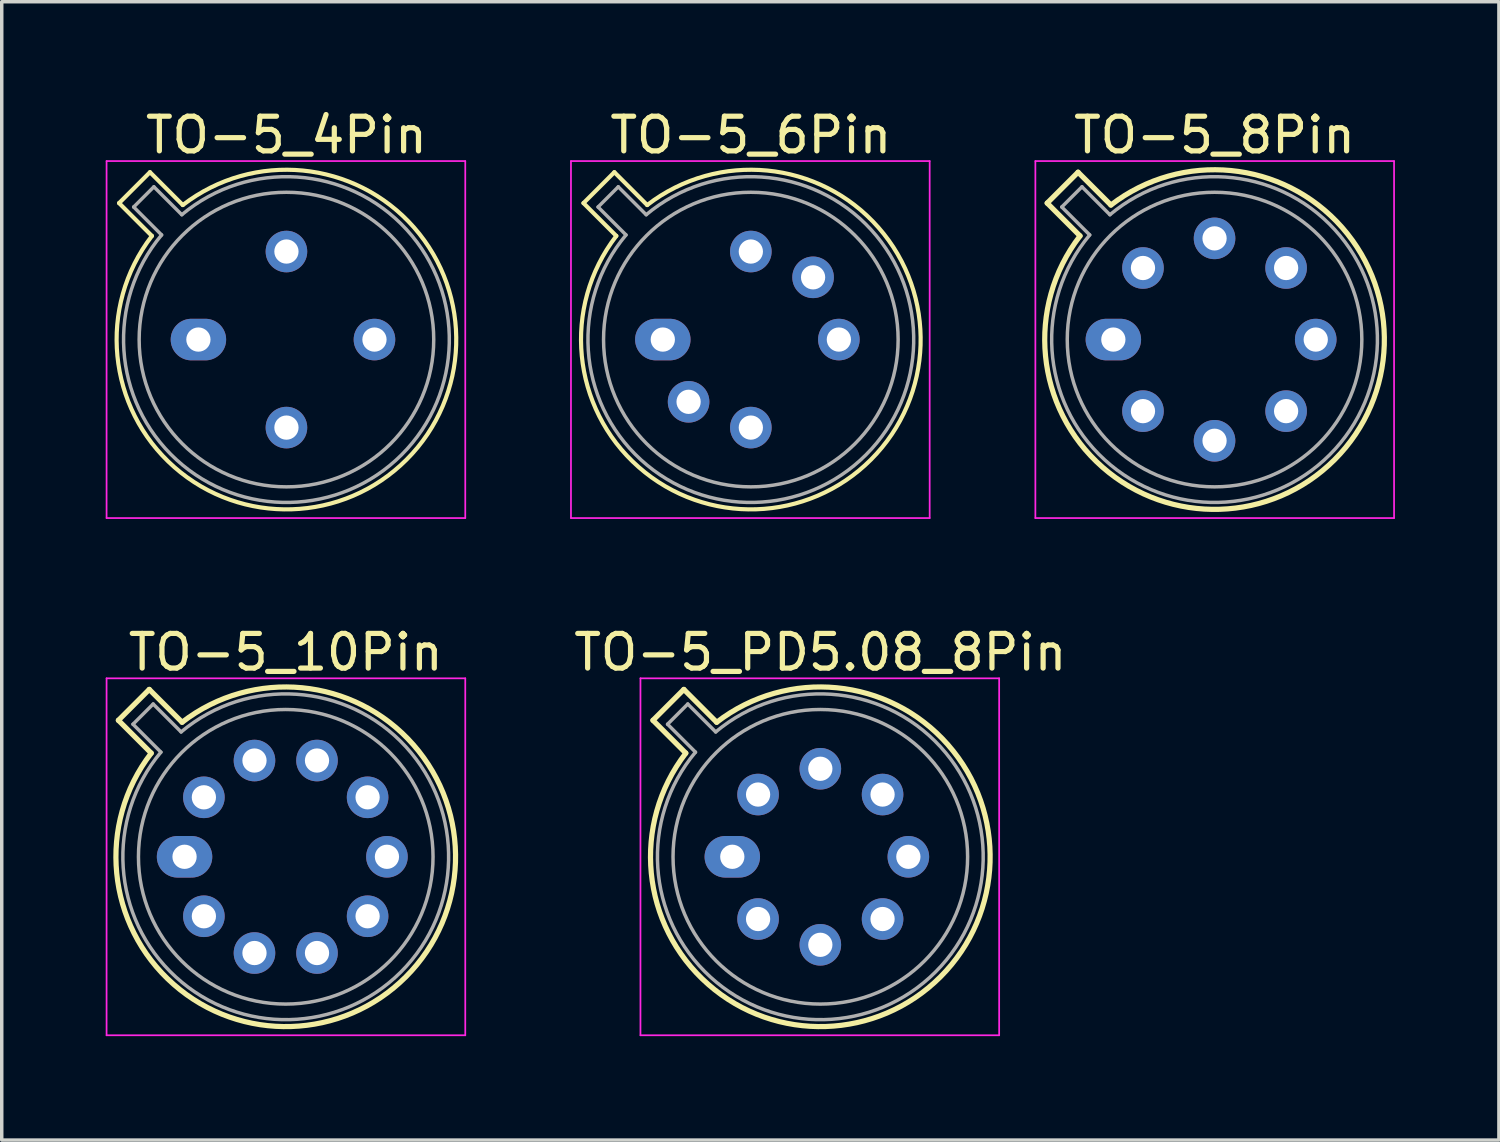
<source format=kicad_pcb>
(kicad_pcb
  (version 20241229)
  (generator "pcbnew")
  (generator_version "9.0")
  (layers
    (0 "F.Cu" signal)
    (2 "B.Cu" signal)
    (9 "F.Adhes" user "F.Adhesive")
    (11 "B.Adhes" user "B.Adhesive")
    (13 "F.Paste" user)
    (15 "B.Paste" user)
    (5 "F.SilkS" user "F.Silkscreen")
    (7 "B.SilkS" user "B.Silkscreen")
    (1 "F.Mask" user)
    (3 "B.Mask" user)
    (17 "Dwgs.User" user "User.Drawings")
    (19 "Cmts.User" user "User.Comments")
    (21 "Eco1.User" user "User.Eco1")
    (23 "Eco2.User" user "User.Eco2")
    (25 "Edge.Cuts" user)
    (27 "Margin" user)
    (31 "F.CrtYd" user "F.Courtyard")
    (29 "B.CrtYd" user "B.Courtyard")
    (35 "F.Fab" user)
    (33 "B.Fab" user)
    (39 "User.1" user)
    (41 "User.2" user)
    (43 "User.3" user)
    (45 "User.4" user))
  (footprint "TO-5_8Pin"
    (layer "F.Cu")
    (at 29.075 6.748)
    (property "Reference" "TO-5_8Pin" (at 2.92 -5.9 0) (layer "F.SilkS") (effects (font (size 1 1) (thickness 0.15))))
    (attr through_hole)
    (fp_line (start -1.909 -3.938) (end -0.962 -2.991) (stroke (width 0.15) (type solid)) (layer "F.SilkS"))
    (fp_line (start -1.018 -4.829) (end -1.909 -3.938) (stroke (width 0.15) (type solid)) (layer "F.SilkS"))
    (fp_line (start -0.071 -3.882) (end -1.018 -4.829) (stroke (width 0.15) (type solid)) (layer "F.SilkS"))
    (fp_arc (start -0.070589 -3.881543) (mid 6.384823 3.464823) (end -0.961543 -2.990588) (stroke (width 0.15) (type solid)) (layer "F.SilkS"))
    (fp_line (start -2.25 -5.15) (end -2.25 5.15) (stroke (width 0.05) (type solid)) (layer "F.CrtYd"))
    (fp_line (start -2.25 5.15) (end 8.1 5.15) (stroke (width 0.05) (type solid)) (layer "F.CrtYd"))
    (fp_line (start 8.1 -5.15) (end -2.25 -5.15) (stroke (width 0.05) (type solid)) (layer "F.CrtYd"))
    (fp_line (start 8.1 5.15) (end 8.1 -5.15) (stroke (width 0.05) (type solid)) (layer "F.CrtYd"))
    (fp_line (start -1.488 -3.825) (end -0.682 -3.019) (stroke (width 0.1) (type solid)) (layer "F.Fab"))
    (fp_line (start -0.905 -4.408) (end -1.488 -3.825) (stroke (width 0.1) (type solid)) (layer "F.Fab"))
    (fp_line (start -0.099 -3.602) (end -0.905 -4.408) (stroke (width 0.1) (type solid)) (layer "F.Fab"))
    (fp_arc (start -0.098935 -3.602226) (mid 6.243402 3.323402) (end -0.682226 -3.018935) (stroke (width 0.1) (type solid)) (layer "F.Fab"))
    (fp_circle (center 2.92 0) (end 7.17 0) (stroke (width 0.1) (type solid)) (fill no) (layer "F.Fab"))
    (pad "1" thru_hole oval (at 0 0) (size 1.6 1.2) (drill 0.7) (layers "*.Cu" "*.Mask"))
    (pad "2" thru_hole oval (at 0.855 2.065) (size 1.2 1.2) (drill 0.7) (layers "*.Cu" "*.Mask"))
    (pad "3" thru_hole oval (at 2.92 2.92) (size 1.2 1.2) (drill 0.7) (layers "*.Cu" "*.Mask"))
    (pad "4" thru_hole oval (at 4.985 2.065) (size 1.2 1.2) (drill 0.7) (layers "*.Cu" "*.Mask"))
    (pad "5" thru_hole oval (at 5.84 0) (size 1.2 1.2) (drill 0.7) (layers "*.Cu" "*.Mask"))
    (pad "6" thru_hole oval (at 4.985 -2.065) (size 1.2 1.2) (drill 0.7) (layers "*.Cu" "*.Mask"))
    (pad "7" thru_hole oval (at 2.92 -2.92) (size 1.2 1.2) (drill 0.7) (layers "*.Cu" "*.Mask"))
    (pad "8" thru_hole oval (at 0.855 -2.065) (size 1.2 1.2) (drill 0.7) (layers "*.Cu" "*.Mask")))
  (footprint "TO-5_6Pin"
    (layer "F.Cu")
    (at 16.075 6.748)
    (property "Reference" "TO-5_6Pin" (at 2.54 -5.9 0) (layer "F.SilkS") (effects (font (size 1 1) (thickness 0.15))))
    (attr through_hole)
    (fp_line (start -2.289 -3.938) (end -1.342 -2.991) (stroke (width 0.12) (type solid)) (layer "F.SilkS"))
    (fp_line (start -1.398 -4.829) (end -2.289 -3.938) (stroke (width 0.12) (type solid)) (layer "F.SilkS"))
    (fp_line (start -0.451 -3.882) (end -1.398 -4.829) (stroke (width 0.12) (type solid)) (layer "F.SilkS"))
    (fp_arc (start -0.450589 -3.881543) (mid 6.004823 3.464823) (end -1.341543 -2.990588) (stroke (width 0.12) (type solid)) (layer "F.SilkS"))
    (fp_line (start -2.65 -5.15) (end -2.65 5.15) (stroke (width 0.05) (type solid)) (layer "F.CrtYd"))
    (fp_line (start -2.65 5.15) (end 7.7 5.15) (stroke (width 0.05) (type solid)) (layer "F.CrtYd"))
    (fp_line (start 7.7 -5.15) (end -2.65 -5.15) (stroke (width 0.05) (type solid)) (layer "F.CrtYd"))
    (fp_line (start 7.7 5.15) (end 7.7 -5.15) (stroke (width 0.05) (type solid)) (layer "F.CrtYd"))
    (fp_line (start -1.868 -3.825) (end -1.062 -3.019) (stroke (width 0.1) (type solid)) (layer "F.Fab"))
    (fp_line (start -1.285 -4.408) (end -1.868 -3.825) (stroke (width 0.1) (type solid)) (layer "F.Fab"))
    (fp_line (start -0.479 -3.602) (end -1.285 -4.408) (stroke (width 0.1) (type solid)) (layer "F.Fab"))
    (fp_arc (start -0.478935 -3.602226) (mid 5.863402 3.323402) (end -1.062226 -3.018935) (stroke (width 0.1) (type solid)) (layer "F.Fab"))
    (fp_circle (center 2.54 0) (end 6.79 0) (stroke (width 0.1) (type solid)) (fill no) (layer "F.Fab"))
    (pad "1" thru_hole oval (at 0 0) (size 1.6 1.2) (drill 0.7) (layers "*.Cu" "*.Mask"))
    (pad "2" thru_hole oval (at 0.744 1.796) (size 1.2 1.2) (drill 0.7) (layers "*.Cu" "*.Mask"))
    (pad "3" thru_hole oval (at 2.54 2.54) (size 1.2 1.2) (drill 0.7) (layers "*.Cu" "*.Mask"))
    (pad "4" thru_hole oval (at 5.08 0) (size 1.2 1.2) (drill 0.7) (layers "*.Cu" "*.Mask"))
    (pad "5" thru_hole oval (at 4.336 -1.796) (size 1.2 1.2) (drill 0.7) (layers "*.Cu" "*.Mask"))
    (pad "6" thru_hole oval (at 2.54 -2.54) (size 1.2 1.2) (drill 0.7) (layers "*.Cu" "*.Mask")))
  (footprint "TO-5_4Pin"
    (layer "F.Cu")
    (at 2.675 6.748)
    (property "Reference" "TO-5_4Pin" (at 2.54 -5.9 0) (layer "F.SilkS") (effects (font (size 1 1) (thickness 0.15))))
    (attr through_hole)
    (fp_line (start -2.289 -3.938) (end -1.342 -2.991) (stroke (width 0.12) (type solid)) (layer "F.SilkS"))
    (fp_line (start -1.398 -4.829) (end -2.289 -3.938) (stroke (width 0.12) (type solid)) (layer "F.SilkS"))
    (fp_line (start -0.451 -3.882) (end -1.398 -4.829) (stroke (width 0.12) (type solid)) (layer "F.SilkS"))
    (fp_arc (start -0.450589 -3.881543) (mid 6.004823 3.464823) (end -1.341543 -2.990588) (stroke (width 0.12) (type solid)) (layer "F.SilkS"))
    (fp_line (start -2.65 -5.15) (end -2.65 5.15) (stroke (width 0.05) (type solid)) (layer "F.CrtYd"))
    (fp_line (start -2.65 5.15) (end 7.7 5.15) (stroke (width 0.05) (type solid)) (layer "F.CrtYd"))
    (fp_line (start 7.7 -5.15) (end -2.65 -5.15) (stroke (width 0.05) (type solid)) (layer "F.CrtYd"))
    (fp_line (start 7.7 5.15) (end 7.7 -5.15) (stroke (width 0.05) (type solid)) (layer "F.CrtYd"))
    (fp_line (start -1.868 -3.825) (end -1.062 -3.019) (stroke (width 0.1) (type solid)) (layer "F.Fab"))
    (fp_line (start -1.285 -4.408) (end -1.868 -3.825) (stroke (width 0.1) (type solid)) (layer "F.Fab"))
    (fp_line (start -0.479 -3.602) (end -1.285 -4.408) (stroke (width 0.1) (type solid)) (layer "F.Fab"))
    (fp_arc (start -0.478935 -3.602226) (mid 5.863402 3.323402) (end -1.062226 -3.018935) (stroke (width 0.1) (type solid)) (layer "F.Fab"))
    (fp_circle (center 2.54 0) (end 6.79 0) (stroke (width 0.1) (type solid)) (fill no) (layer "F.Fab"))
    (pad "1" thru_hole oval (at 0 0) (size 1.6 1.2) (drill 0.7) (layers "*.Cu" "*.Mask"))
    (pad "2" thru_hole oval (at 2.54 2.54) (size 1.2 1.2) (drill 0.7) (layers "*.Cu" "*.Mask"))
    (pad "3" thru_hole oval (at 5.08 0) (size 1.2 1.2) (drill 0.7) (layers "*.Cu" "*.Mask"))
    (pad "4" thru_hole oval (at 2.54 -2.54) (size 1.2 1.2) (drill 0.7) (layers "*.Cu" "*.Mask")))
  (footprint "TO-5_10Pin"
    (layer "F.Cu")
    (at 2.275 21.672)
    (property "Reference" "TO-5_10Pin" (at 2.92 -5.9 0) (layer "F.SilkS") (effects (font (size 1 1) (thickness 0.15))))
    (attr through_hole)
    (fp_line (start -1.909 -3.938) (end -0.962 -2.991) (stroke (width 0.15) (type solid)) (layer "F.SilkS"))
    (fp_line (start -1.018 -4.829) (end -1.909 -3.938) (stroke (width 0.15) (type solid)) (layer "F.SilkS"))
    (fp_line (start -0.071 -3.882) (end -1.018 -4.829) (stroke (width 0.15) (type solid)) (layer "F.SilkS"))
    (fp_arc (start -0.070589 -3.881543) (mid 6.384823 3.464823) (end -0.961543 -2.990588) (stroke (width 0.15) (type solid)) (layer "F.SilkS"))
    (fp_line (start -2.25 -5.15) (end -2.25 5.15) (stroke (width 0.05) (type solid)) (layer "F.CrtYd"))
    (fp_line (start -2.25 5.15) (end 8.1 5.15) (stroke (width 0.05) (type solid)) (layer "F.CrtYd"))
    (fp_line (start 8.1 -5.15) (end -2.25 -5.15) (stroke (width 0.05) (type solid)) (layer "F.CrtYd"))
    (fp_line (start 8.1 5.15) (end 8.1 -5.15) (stroke (width 0.05) (type solid)) (layer "F.CrtYd"))
    (fp_line (start -1.488 -3.825) (end -0.682 -3.019) (stroke (width 0.1) (type solid)) (layer "F.Fab"))
    (fp_line (start -0.905 -4.408) (end -1.488 -3.825) (stroke (width 0.1) (type solid)) (layer "F.Fab"))
    (fp_line (start -0.099 -3.602) (end -0.905 -4.408) (stroke (width 0.1) (type solid)) (layer "F.Fab"))
    (fp_arc (start -0.098935 -3.602226) (mid 6.243402 3.323402) (end -0.682226 -3.018935) (stroke (width 0.1) (type solid)) (layer "F.Fab"))
    (fp_circle (center 2.92 0) (end 7.17 0) (stroke (width 0.1) (type solid)) (fill no) (layer "F.Fab"))
    (pad "1" thru_hole oval (at 0 0) (size 1.6 1.2) (drill 0.7) (layers "*.Cu" "*.Mask"))
    (pad "2" thru_hole oval (at 0.558 1.716) (size 1.2 1.2) (drill 0.7) (layers "*.Cu" "*.Mask"))
    (pad "3" thru_hole oval (at 2.018 2.777) (size 1.2 1.2) (drill 0.7) (layers "*.Cu" "*.Mask"))
    (pad "4" thru_hole oval (at 3.822 2.777) (size 1.2 1.2) (drill 0.7) (layers "*.Cu" "*.Mask"))
    (pad "5" thru_hole oval (at 5.282 1.716) (size 1.2 1.2) (drill 0.7) (layers "*.Cu" "*.Mask"))
    (pad "6" thru_hole oval (at 5.84 0) (size 1.2 1.2) (drill 0.7) (layers "*.Cu" "*.Mask"))
    (pad "7" thru_hole oval (at 5.282 -1.716) (size 1.2 1.2) (drill 0.7) (layers "*.Cu" "*.Mask"))
    (pad "8" thru_hole oval (at 3.822 -2.777) (size 1.2 1.2) (drill 0.7) (layers "*.Cu" "*.Mask"))
    (pad "9" thru_hole oval (at 2.018 -2.777) (size 1.2 1.2) (drill 0.7) (layers "*.Cu" "*.Mask"))
    (pad "10" thru_hole oval (at 0.558 -1.716) (size 1.2 1.2) (drill 0.7) (layers "*.Cu" "*.Mask")))
  (footprint "TO-5_PD5.08_8Pin"
    (layer "F.Cu")
    (at 18.08 21.672)
    (property "Reference" "TO-5_PD5.08_8Pin" (at 2.54 -5.9 0) (layer "F.SilkS") (effects (font (size 1 1) (thickness 0.15))))
    (attr through_hole)
    (fp_line (start -2.289 -3.938) (end -1.342 -2.991) (stroke (width 0.15) (type solid)) (layer "F.SilkS"))
    (fp_line (start -1.398 -4.829) (end -2.289 -3.938) (stroke (width 0.15) (type solid)) (layer "F.SilkS"))
    (fp_line (start -0.451 -3.882) (end -1.398 -4.829) (stroke (width 0.15) (type solid)) (layer "F.SilkS"))
    (fp_arc (start -0.450589 -3.881543) (mid 6.004823 3.464823) (end -1.341543 -2.990588) (stroke (width 0.15) (type solid)) (layer "F.SilkS"))
    (fp_line (start -2.65 -5.15) (end -2.65 5.15) (stroke (width 0.05) (type solid)) (layer "F.CrtYd"))
    (fp_line (start -2.65 5.15) (end 7.7 5.15) (stroke (width 0.05) (type solid)) (layer "F.CrtYd"))
    (fp_line (start 7.7 -5.15) (end -2.65 -5.15) (stroke (width 0.05) (type solid)) (layer "F.CrtYd"))
    (fp_line (start 7.7 5.15) (end 7.7 -5.15) (stroke (width 0.05) (type solid)) (layer "F.CrtYd"))
    (fp_line (start -1.868 -3.825) (end -1.062 -3.019) (stroke (width 0.1) (type solid)) (layer "F.Fab"))
    (fp_line (start -1.285 -4.408) (end -1.868 -3.825) (stroke (width 0.1) (type solid)) (layer "F.Fab"))
    (fp_line (start -0.479 -3.602) (end -1.285 -4.408) (stroke (width 0.1) (type solid)) (layer "F.Fab"))
    (fp_arc (start -0.478935 -3.602226) (mid 5.863402 3.323402) (end -1.062226 -3.018935) (stroke (width 0.1) (type solid)) (layer "F.Fab"))
    (fp_circle (center 2.54 0) (end 6.79 0) (stroke (width 0.1) (type solid)) (fill no) (layer "F.Fab"))
    (pad "1" thru_hole oval (at 0 0) (size 1.6 1.2) (drill 0.7) (layers "*.Cu" "*.Mask"))
    (pad "2" thru_hole oval (at 0.744 1.796) (size 1.2 1.2) (drill 0.7) (layers "*.Cu" "*.Mask"))
    (pad "3" thru_hole oval (at 2.54 2.54) (size 1.2 1.2) (drill 0.7) (layers "*.Cu" "*.Mask"))
    (pad "4" thru_hole oval (at 4.336 1.796) (size 1.2 1.2) (drill 0.7) (layers "*.Cu" "*.Mask"))
    (pad "5" thru_hole oval (at 5.08 0) (size 1.2 1.2) (drill 0.7) (layers "*.Cu" "*.Mask"))
    (pad "6" thru_hole oval (at 4.336 -1.796) (size 1.2 1.2) (drill 0.7) (layers "*.Cu" "*.Mask"))
    (pad "7" thru_hole oval (at 2.54 -2.54) (size 1.2 1.2) (drill 0.7) (layers "*.Cu" "*.Mask"))
    (pad "8" thru_hole oval (at 0.744 -1.796) (size 1.2 1.2) (drill 0.7) (layers "*.Cu" "*.Mask")))
  (gr_rect
    (start -3 -3)
    (end 40.2 29.846)
    (stroke (width 0.1) (type default))
    (fill no)
    (layer "Edge.Cuts")))
</source>
